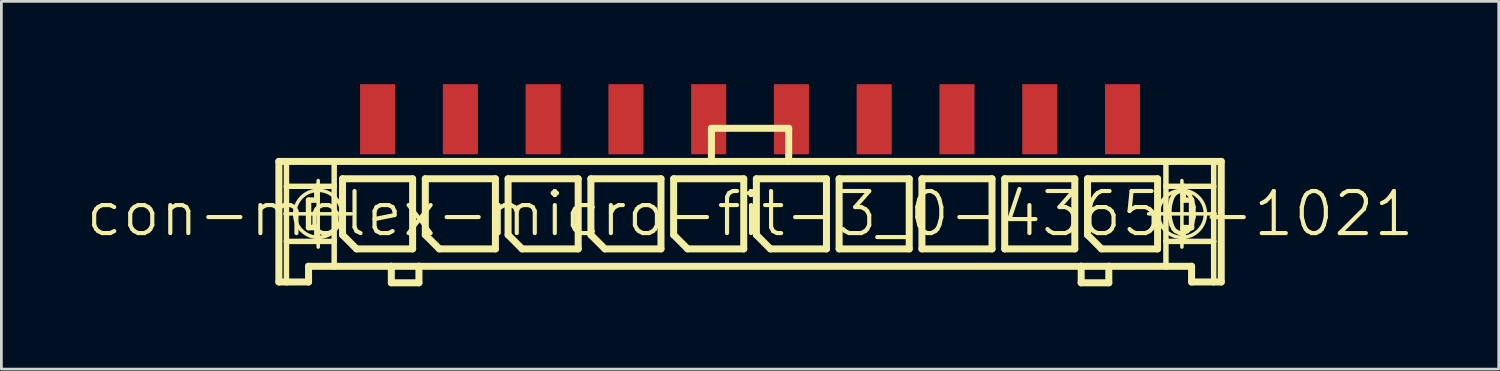
<source format=kicad_pcb>
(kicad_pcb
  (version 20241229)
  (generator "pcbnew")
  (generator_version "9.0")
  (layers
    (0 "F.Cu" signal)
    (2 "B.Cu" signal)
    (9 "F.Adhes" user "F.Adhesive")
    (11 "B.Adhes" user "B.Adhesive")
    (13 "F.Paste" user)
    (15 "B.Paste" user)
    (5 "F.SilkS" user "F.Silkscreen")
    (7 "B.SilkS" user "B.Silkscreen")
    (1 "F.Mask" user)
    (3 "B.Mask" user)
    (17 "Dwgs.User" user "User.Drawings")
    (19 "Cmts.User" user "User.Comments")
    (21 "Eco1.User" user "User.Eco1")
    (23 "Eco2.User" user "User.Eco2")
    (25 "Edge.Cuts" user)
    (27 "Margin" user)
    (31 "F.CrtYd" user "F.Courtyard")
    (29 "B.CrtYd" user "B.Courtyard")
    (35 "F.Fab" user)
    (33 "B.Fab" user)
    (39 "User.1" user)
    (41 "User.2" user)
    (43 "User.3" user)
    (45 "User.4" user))
  (footprint "con-molex-micro-fit-3_0-43650-1021"
    (layer "F.Cu")
    (at 24.13 4.699)
    (property "Reference" "con-molex-micro-fit-3_0-43650-1021" (at 0 0 0) (layer "F.SilkS") (effects (font (size 1.524 1.524) (thickness 0.15))))
    (attr smd)
    (fp_line (start -17.074 -1.9) (end -16.8 -1.9) (stroke (width 0.254) (type solid)) (layer "F.SilkS"))
    (fp_line (start -17.074 2.469) (end -17.074 -1.9) (stroke (width 0.254) (type solid)) (layer "F.SilkS"))
    (fp_line (start -16.853 0) (end -14.445 0) (stroke (width 0.127) (type solid)) (layer "F.SilkS"))
    (fp_line (start -16.8 -1.9) (end -15.07 -1.9) (stroke (width 0.254) (type solid)) (layer "F.SilkS"))
    (fp_line (start -16.8 -0.998) (end -16.8 -1.9) (stroke (width 0.198) (type solid)) (layer "F.SilkS"))
    (fp_line (start -16.8 0.998) (end -16.8 -0.998) (stroke (width 0.198) (type solid)) (layer "F.SilkS"))
    (fp_line (start -16.8 2.469) (end -17.074 2.469) (stroke (width 0.254) (type solid)) (layer "F.SilkS"))
    (fp_line (start -16.8 2.469) (end -16.8 0.998) (stroke (width 0.198) (type solid)) (layer "F.SilkS"))
    (fp_line (start -15.999 -0.498) (end -15.999 0.498) (stroke (width 0.198) (type solid)) (layer "F.SilkS"))
    (fp_line (start -15.999 0.498) (end -15.7 0.498) (stroke (width 0.198) (type solid)) (layer "F.SilkS"))
    (fp_line (start -15.999 1.9) (end -15.999 2.469) (stroke (width 0.254) (type solid)) (layer "F.SilkS"))
    (fp_line (start -15.999 2.469) (end -16.8 2.469) (stroke (width 0.254) (type solid)) (layer "F.SilkS"))
    (fp_line (start -15.7 -0.998) (end -16.8 -0.998) (stroke (width 0.198) (type solid)) (layer "F.SilkS"))
    (fp_line (start -15.7 -0.998) (end -15.7 -0.498) (stroke (width 0.198) (type solid)) (layer "F.SilkS"))
    (fp_line (start -15.7 -0.498) (end -15.999 -0.498) (stroke (width 0.198) (type solid)) (layer "F.SilkS"))
    (fp_line (start -15.7 0.498) (end -15.7 0.998) (stroke (width 0.198) (type solid)) (layer "F.SilkS"))
    (fp_line (start -15.7 0.998) (end -16.8 0.998) (stroke (width 0.198) (type solid)) (layer "F.SilkS"))
    (fp_line (start -15.649 1.204) (end -15.649 -1.204) (stroke (width 0.127) (type solid)) (layer "F.SilkS"))
    (fp_line (start -15.07 -1.9) (end -1.4 -1.9) (stroke (width 0.254) (type solid)) (layer "F.SilkS"))
    (fp_line (start -15.07 -0.998) (end -15.7 -0.998) (stroke (width 0.198) (type solid)) (layer "F.SilkS"))
    (fp_line (start -15.07 -0.998) (end -15.07 -1.9) (stroke (width 0.198) (type solid)) (layer "F.SilkS"))
    (fp_line (start -15.07 0.998) (end -15.7 0.998) (stroke (width 0.198) (type solid)) (layer "F.SilkS"))
    (fp_line (start -15.07 0.998) (end -15.07 -0.998) (stroke (width 0.198) (type solid)) (layer "F.SilkS"))
    (fp_line (start -15.07 1.9) (end -15.999 1.9) (stroke (width 0.254) (type solid)) (layer "F.SilkS"))
    (fp_line (start -15.07 1.9) (end -15.07 0.998) (stroke (width 0.198) (type solid)) (layer "F.SilkS"))
    (fp_line (start -14.768 -1.27) (end -12.228 -1.27) (stroke (width 0.254) (type solid)) (layer "F.SilkS"))
    (fp_line (start -14.768 0.762) (end -14.768 -1.27) (stroke (width 0.254) (type solid)) (layer "F.SilkS"))
    (fp_line (start -14.26 1.27) (end -14.768 0.762) (stroke (width 0.254) (type solid)) (layer "F.SilkS"))
    (fp_line (start -13 1.9) (end -15.07 1.9) (stroke (width 0.254) (type solid)) (layer "F.SilkS"))
    (fp_line (start -13 1.9) (end -13 2.499) (stroke (width 0.254) (type solid)) (layer "F.SilkS"))
    (fp_line (start -13 2.499) (end -11.999 2.499) (stroke (width 0.254) (type solid)) (layer "F.SilkS"))
    (fp_line (start -12.228 -1.27) (end -12.228 1.27) (stroke (width 0.254) (type solid)) (layer "F.SilkS"))
    (fp_line (start -12.228 1.27) (end -14.26 1.27) (stroke (width 0.254) (type solid)) (layer "F.SilkS"))
    (fp_line (start -11.999 1.9) (end -13 1.9) (stroke (width 0.254) (type solid)) (layer "F.SilkS"))
    (fp_line (start -11.999 2.499) (end -11.999 1.9) (stroke (width 0.254) (type solid)) (layer "F.SilkS"))
    (fp_line (start -11.768 -1.27) (end -9.228 -1.27) (stroke (width 0.254) (type solid)) (layer "F.SilkS"))
    (fp_line (start -11.768 0.762) (end -11.768 -1.27) (stroke (width 0.254) (type solid)) (layer "F.SilkS"))
    (fp_line (start -11.26 1.27) (end -11.768 0.762) (stroke (width 0.254) (type solid)) (layer "F.SilkS"))
    (fp_line (start -9.228 -1.27) (end -9.228 1.27) (stroke (width 0.254) (type solid)) (layer "F.SilkS"))
    (fp_line (start -9.228 1.27) (end -11.26 1.27) (stroke (width 0.254) (type solid)) (layer "F.SilkS"))
    (fp_line (start -8.768 -1.27) (end -6.228 -1.27) (stroke (width 0.254) (type solid)) (layer "F.SilkS"))
    (fp_line (start -8.768 0.762) (end -8.768 -1.27) (stroke (width 0.254) (type solid)) (layer "F.SilkS"))
    (fp_line (start -8.26 1.27) (end -8.768 0.762) (stroke (width 0.254) (type solid)) (layer "F.SilkS"))
    (fp_line (start -6.228 -1.27) (end -6.228 1.27) (stroke (width 0.254) (type solid)) (layer "F.SilkS"))
    (fp_line (start -6.228 1.27) (end -8.26 1.27) (stroke (width 0.254) (type solid)) (layer "F.SilkS"))
    (fp_line (start -5.768 -1.27) (end -3.228 -1.27) (stroke (width 0.254) (type solid)) (layer "F.SilkS"))
    (fp_line (start -5.768 0.762) (end -5.768 -1.27) (stroke (width 0.254) (type solid)) (layer "F.SilkS"))
    (fp_line (start -5.26 1.27) (end -5.768 0.762) (stroke (width 0.254) (type solid)) (layer "F.SilkS"))
    (fp_line (start -3.228 -1.27) (end -3.228 1.27) (stroke (width 0.254) (type solid)) (layer "F.SilkS"))
    (fp_line (start -3.228 1.27) (end -5.26 1.27) (stroke (width 0.254) (type solid)) (layer "F.SilkS"))
    (fp_line (start -2.769 -1.27) (end -0.229 -1.27) (stroke (width 0.254) (type solid)) (layer "F.SilkS"))
    (fp_line (start -2.769 0.762) (end -2.769 -1.27) (stroke (width 0.254) (type solid)) (layer "F.SilkS"))
    (fp_line (start -2.261 1.27) (end -2.769 0.762) (stroke (width 0.254) (type solid)) (layer "F.SilkS"))
    (fp_line (start -1.4 -3.099) (end -1.4 -1.9) (stroke (width 0.254) (type solid)) (layer "F.SilkS"))
    (fp_line (start -1.4 -3.099) (end 1.4 -3.099) (stroke (width 0.254) (type solid)) (layer "F.SilkS"))
    (fp_line (start -1.4 -1.9) (end 1.4 -1.9) (stroke (width 0.254) (type solid)) (layer "F.SilkS"))
    (fp_line (start -0.229 -1.27) (end -0.229 1.27) (stroke (width 0.254) (type solid)) (layer "F.SilkS"))
    (fp_line (start -0.229 1.27) (end -2.261 1.27) (stroke (width 0.254) (type solid)) (layer "F.SilkS"))
    (fp_line (start 0.229 -1.27) (end 2.769 -1.27) (stroke (width 0.254) (type solid)) (layer "F.SilkS"))
    (fp_line (start 0.229 0.762) (end 0.229 -1.27) (stroke (width 0.254) (type solid)) (layer "F.SilkS"))
    (fp_line (start 0.737 1.27) (end 0.229 0.762) (stroke (width 0.254) (type solid)) (layer "F.SilkS"))
    (fp_line (start 1.4 -3.099) (end 1.4 -1.9) (stroke (width 0.254) (type solid)) (layer "F.SilkS"))
    (fp_line (start 1.4 -1.9) (end 15.07 -1.9) (stroke (width 0.254) (type solid)) (layer "F.SilkS"))
    (fp_line (start 2.769 -1.27) (end 2.769 1.27) (stroke (width 0.254) (type solid)) (layer "F.SilkS"))
    (fp_line (start 2.769 1.27) (end 0.737 1.27) (stroke (width 0.254) (type solid)) (layer "F.SilkS"))
    (fp_line (start 3.228 -1.27) (end 5.768 -1.27) (stroke (width 0.254) (type solid)) (layer "F.SilkS"))
    (fp_line (start 3.228 1.27) (end 3.228 -1.27) (stroke (width 0.254) (type solid)) (layer "F.SilkS"))
    (fp_line (start 5.768 -1.27) (end 5.768 1.27) (stroke (width 0.254) (type solid)) (layer "F.SilkS"))
    (fp_line (start 5.768 1.27) (end 3.228 1.27) (stroke (width 0.254) (type solid)) (layer "F.SilkS"))
    (fp_line (start 6.228 -1.27) (end 8.768 -1.27) (stroke (width 0.254) (type solid)) (layer "F.SilkS"))
    (fp_line (start 6.228 1.27) (end 6.228 -1.27) (stroke (width 0.254) (type solid)) (layer "F.SilkS"))
    (fp_line (start 8.768 -1.27) (end 8.768 1.27) (stroke (width 0.254) (type solid)) (layer "F.SilkS"))
    (fp_line (start 8.768 1.27) (end 6.228 1.27) (stroke (width 0.254) (type solid)) (layer "F.SilkS"))
    (fp_line (start 9.228 -1.27) (end 11.768 -1.27) (stroke (width 0.254) (type solid)) (layer "F.SilkS"))
    (fp_line (start 9.228 1.27) (end 9.228 -1.27) (stroke (width 0.254) (type solid)) (layer "F.SilkS"))
    (fp_line (start 11.768 -1.27) (end 11.768 1.27) (stroke (width 0.254) (type solid)) (layer "F.SilkS"))
    (fp_line (start 11.768 1.27) (end 9.228 1.27) (stroke (width 0.254) (type solid)) (layer "F.SilkS"))
    (fp_line (start 11.999 1.9) (end -11.999 1.9) (stroke (width 0.254) (type solid)) (layer "F.SilkS"))
    (fp_line (start 11.999 1.9) (end 11.999 2.499) (stroke (width 0.254) (type solid)) (layer "F.SilkS"))
    (fp_line (start 11.999 2.499) (end 13 2.499) (stroke (width 0.254) (type solid)) (layer "F.SilkS"))
    (fp_line (start 12.228 -1.27) (end 14.768 -1.27) (stroke (width 0.254) (type solid)) (layer "F.SilkS"))
    (fp_line (start 12.228 0.762) (end 12.228 -1.27) (stroke (width 0.254) (type solid)) (layer "F.SilkS"))
    (fp_line (start 12.736 1.27) (end 12.228 0.762) (stroke (width 0.254) (type solid)) (layer "F.SilkS"))
    (fp_line (start 13 1.9) (end 11.999 1.9) (stroke (width 0.254) (type solid)) (layer "F.SilkS"))
    (fp_line (start 13 2.499) (end 13 1.9) (stroke (width 0.254) (type solid)) (layer "F.SilkS"))
    (fp_line (start 14.445 0) (end 16.853 0) (stroke (width 0.127) (type solid)) (layer "F.SilkS"))
    (fp_line (start 14.768 -1.27) (end 14.768 1.27) (stroke (width 0.254) (type solid)) (layer "F.SilkS"))
    (fp_line (start 14.768 1.27) (end 12.736 1.27) (stroke (width 0.254) (type solid)) (layer "F.SilkS"))
    (fp_line (start 15.07 -1.9) (end 15.07 -0.998) (stroke (width 0.198) (type solid)) (layer "F.SilkS"))
    (fp_line (start 15.07 -1.9) (end 16.8 -1.9) (stroke (width 0.254) (type solid)) (layer "F.SilkS"))
    (fp_line (start 15.07 -0.998) (end 15.07 0.998) (stroke (width 0.198) (type solid)) (layer "F.SilkS"))
    (fp_line (start 15.07 -0.998) (end 15.7 -0.998) (stroke (width 0.198) (type solid)) (layer "F.SilkS"))
    (fp_line (start 15.07 0.998) (end 15.07 1.9) (stroke (width 0.198) (type solid)) (layer "F.SilkS"))
    (fp_line (start 15.07 0.998) (end 15.7 0.998) (stroke (width 0.198) (type solid)) (layer "F.SilkS"))
    (fp_line (start 15.07 1.9) (end 13 1.9) (stroke (width 0.254) (type solid)) (layer "F.SilkS"))
    (fp_line (start 15.649 1.204) (end 15.649 -1.204) (stroke (width 0.127) (type solid)) (layer "F.SilkS"))
    (fp_line (start 15.7 -0.998) (end 15.7 -0.498) (stroke (width 0.198) (type solid)) (layer "F.SilkS"))
    (fp_line (start 15.7 -0.998) (end 16.8 -0.998) (stroke (width 0.198) (type solid)) (layer "F.SilkS"))
    (fp_line (start 15.7 -0.498) (end 15.999 -0.498) (stroke (width 0.198) (type solid)) (layer "F.SilkS"))
    (fp_line (start 15.7 0.498) (end 15.7 0.998) (stroke (width 0.198) (type solid)) (layer "F.SilkS"))
    (fp_line (start 15.7 0.998) (end 16.8 0.998) (stroke (width 0.198) (type solid)) (layer "F.SilkS"))
    (fp_line (start 15.999 -0.498) (end 15.999 0.498) (stroke (width 0.198) (type solid)) (layer "F.SilkS"))
    (fp_line (start 15.999 0.498) (end 15.7 0.498) (stroke (width 0.198) (type solid)) (layer "F.SilkS"))
    (fp_line (start 15.999 1.9) (end 15.07 1.9) (stroke (width 0.254) (type solid)) (layer "F.SilkS"))
    (fp_line (start 15.999 2.469) (end 15.999 1.9) (stroke (width 0.254) (type solid)) (layer "F.SilkS"))
    (fp_line (start 15.999 2.469) (end 16.8 2.469) (stroke (width 0.254) (type solid)) (layer "F.SilkS"))
    (fp_line (start 16.8 -1.9) (end 17.074 -1.9) (stroke (width 0.254) (type solid)) (layer "F.SilkS"))
    (fp_line (start 16.8 -0.998) (end 16.8 -1.9) (stroke (width 0.198) (type solid)) (layer "F.SilkS"))
    (fp_line (start 16.8 0.998) (end 16.8 -0.998) (stroke (width 0.198) (type solid)) (layer "F.SilkS"))
    (fp_line (start 16.8 2.469) (end 16.8 0.998) (stroke (width 0.198) (type solid)) (layer "F.SilkS"))
    (fp_line (start 16.8 2.469) (end 17.074 2.469) (stroke (width 0.254) (type solid)) (layer "F.SilkS"))
    (fp_line (start 17.074 -1.9) (end 17.074 2.469) (stroke (width 0.254) (type solid)) (layer "F.SilkS"))
    (fp_circle (center -15.649 0) (end -16.251 0.602) (stroke (width 0.127) (type solid)) (fill no) (layer "F.SilkS"))
    (fp_circle (center 15.649 0) (end 16.251 0.602) (stroke (width 0.127) (type solid)) (fill no) (layer "F.SilkS"))
    (pad "P$1" smd rect (at 13.498 -3.429) (size 1.27 2.54) (layers "F.Cu" "F.Mask" "F.Paste"))
    (pad "P$2" smd rect (at 10.498 -3.429) (size 1.27 2.54) (layers "F.Cu" "F.Mask" "F.Paste"))
    (pad "P$3" smd rect (at 7.498 -3.429) (size 1.27 2.54) (layers "F.Cu" "F.Mask" "F.Paste"))
    (pad "P$4" smd rect (at 4.498 -3.429) (size 1.27 2.54) (layers "F.Cu" "F.Mask" "F.Paste"))
    (pad "P$5" smd rect (at 1.499 -3.429) (size 1.27 2.54) (layers "F.Cu" "F.Mask" "F.Paste"))
    (pad "P$6" smd rect (at -1.499 -3.429) (size 1.27 2.54) (layers "F.Cu" "F.Mask" "F.Paste"))
    (pad "P$7" smd rect (at -4.498 -3.429) (size 1.27 2.54) (layers "F.Cu" "F.Mask" "F.Paste"))
    (pad "P$8" smd rect (at -7.498 -3.429) (size 1.27 2.54) (layers "F.Cu" "F.Mask" "F.Paste"))
    (pad "P$9" smd rect (at -10.498 -3.429) (size 1.27 2.54) (layers "F.Cu" "F.Mask" "F.Paste"))
    (pad "P$10" smd rect (at -13.498 -3.429) (size 1.27 2.54) (layers "F.Cu" "F.Mask" "F.Paste")))
  (gr_rect
    (start -3 -3)
    (end 51.26 10.325)
    (stroke (width 0.1) (type default))
    (fill no)
    (layer "Edge.Cuts")))
</source>
